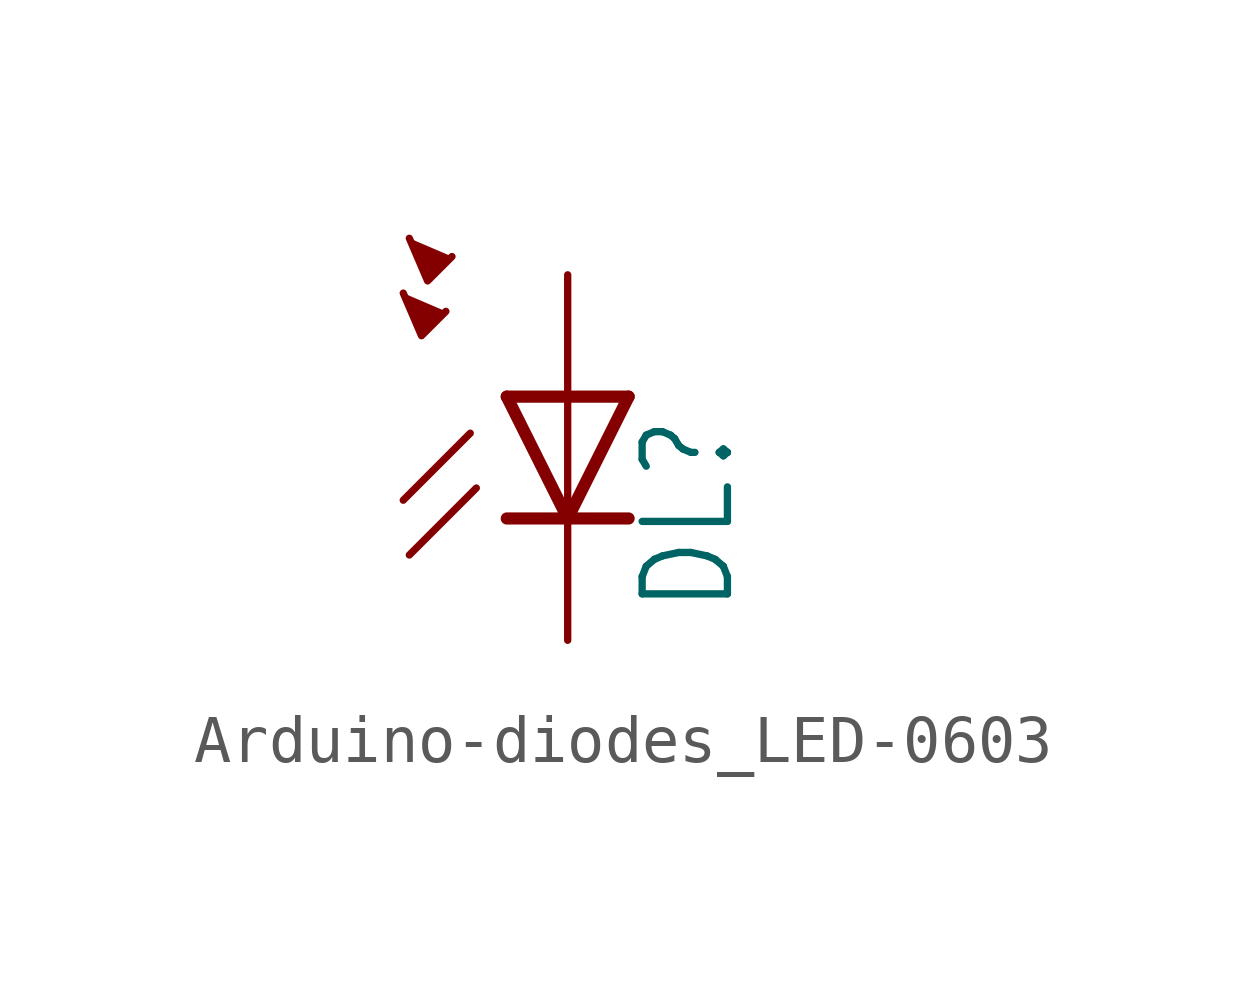
<source format=kicad_sym>
(kicad_symbol_lib
  (version 20241209)
  (generator "kicad_symbol_editor")
  (generator_version "9.0")
  (symbol "Arduino-diodes_LED-0603"
    (property "Reference" "DL"
      (at 3.556 -4.572 90)
      (effects (font (size 1.778 1.511)) (justify left bottom)))
    (property "Value" ""
      (at 5.715 -4.572 90)
      (effects (font (size 1.778 1.511)) (justify left bottom)))
    (property "ki_locked" ""
      (at 0 0 0)
      (effects (font (size 1.27 1.27))))
    (symbol "Arduino-diodes_LED-0603_1_0"
      (polyline (pts (xy -3.429 2.159) (xy -3.048 1.27) (xy -2.54 1.778)) (stroke (width 0.152) (type solid)) (fill (type outline)))
      (polyline (pts (xy -3.302 3.302) (xy -2.921 2.413) (xy -2.413 2.921)) (stroke (width 0.152) (type solid)) (fill (type outline)))
      (polyline (pts (xy -2.032 -0.762) (xy -3.429 -2.159)) (stroke (width 0.152) (type solid)) (fill (type none)))
      (polyline (pts (xy -1.905 -1.905) (xy -3.302 -3.302)) (stroke (width 0.152) (type solid)) (fill (type none)))
      (polyline (pts (xy 0 0) (xy -1.27 0)) (stroke (width 0.254) (type solid)) (fill (type none)))
      (polyline (pts (xy 0 0) (xy 0 -2.54)) (stroke (width 0.152) (type solid)) (fill (type none)))
      (polyline (pts (xy 0 -2.54) (xy -1.27 0)) (stroke (width 0.254) (type solid)) (fill (type none)))
      (polyline (pts (xy 0 -2.54) (xy -1.27 -2.54)) (stroke (width 0.254) (type solid)) (fill (type none)))
      (polyline (pts (xy 1.27 0) (xy 0 0)) (stroke (width 0.254) (type solid)) (fill (type none)))
      (polyline (pts (xy 1.27 0) (xy 0 -2.54)) (stroke (width 0.254) (type solid)) (fill (type none)))
      (polyline (pts (xy 1.27 -2.54) (xy 0 -2.54)) (stroke (width 0.254) (type solid)) (fill (type none)))
      (pin passive line (at 0 2.54 270) (length 2.54) (name "A" (effects (font (size 0 0)))) (number "A" (effects (font (size 0 0)))))
      (pin passive line (at 0 -5.08 90) (length 2.54) (name "C" (effects (font (size 0 0)))) (number "C" (effects (font (size 0 0))))))))
</source>
